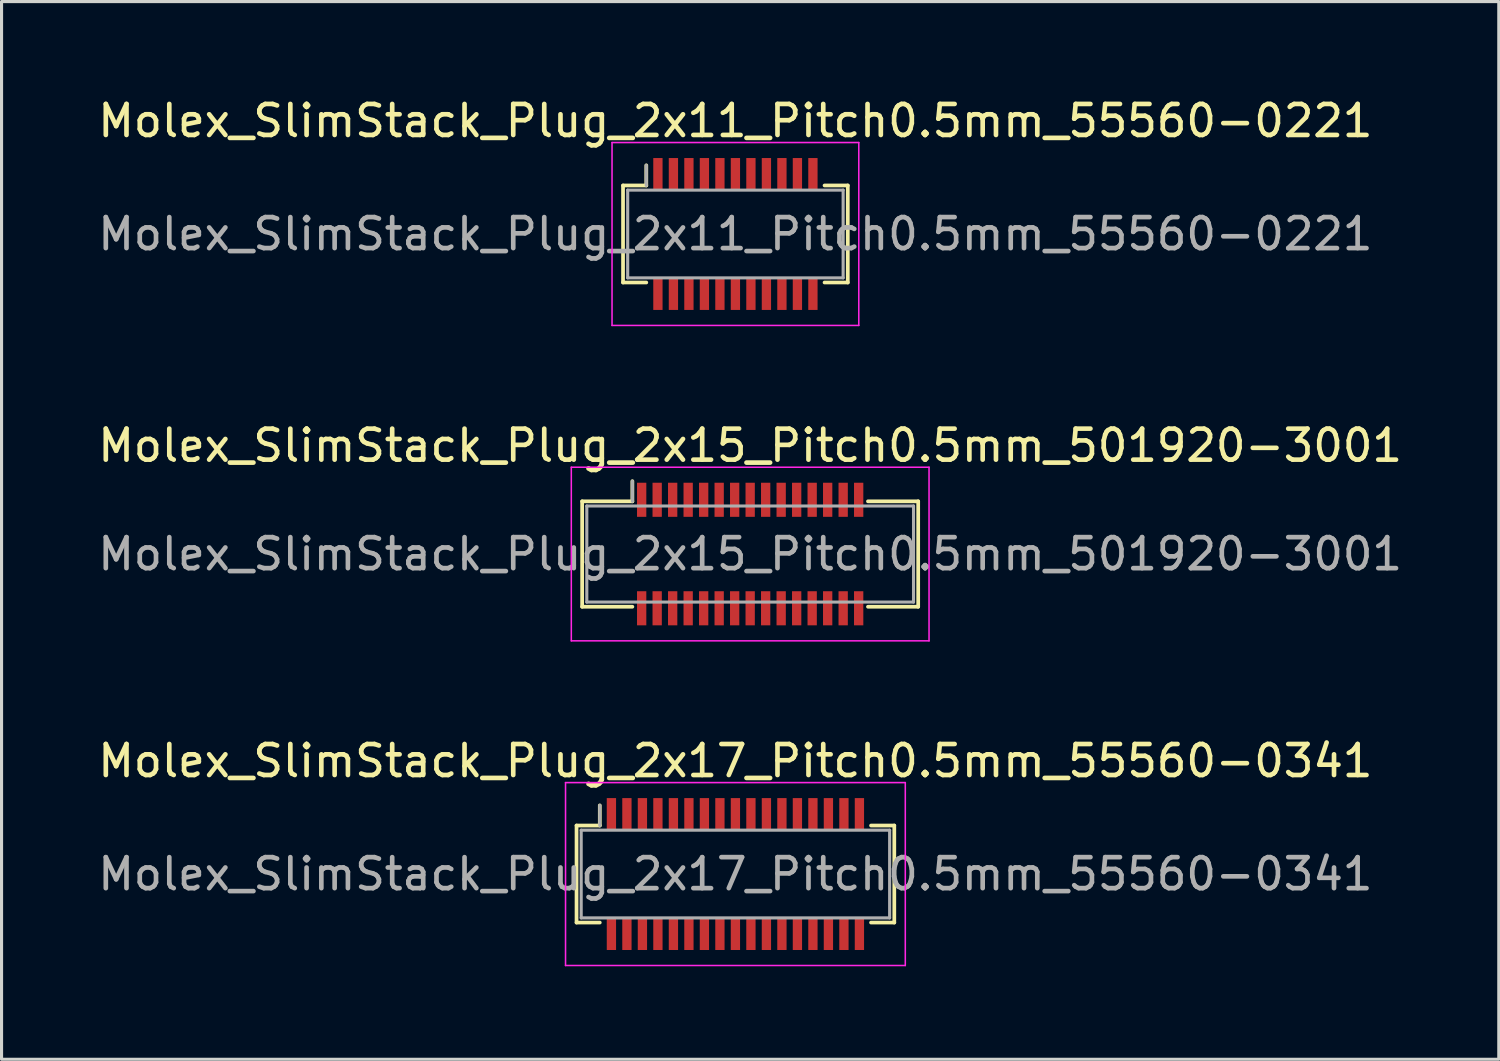
<source format=kicad_pcb>
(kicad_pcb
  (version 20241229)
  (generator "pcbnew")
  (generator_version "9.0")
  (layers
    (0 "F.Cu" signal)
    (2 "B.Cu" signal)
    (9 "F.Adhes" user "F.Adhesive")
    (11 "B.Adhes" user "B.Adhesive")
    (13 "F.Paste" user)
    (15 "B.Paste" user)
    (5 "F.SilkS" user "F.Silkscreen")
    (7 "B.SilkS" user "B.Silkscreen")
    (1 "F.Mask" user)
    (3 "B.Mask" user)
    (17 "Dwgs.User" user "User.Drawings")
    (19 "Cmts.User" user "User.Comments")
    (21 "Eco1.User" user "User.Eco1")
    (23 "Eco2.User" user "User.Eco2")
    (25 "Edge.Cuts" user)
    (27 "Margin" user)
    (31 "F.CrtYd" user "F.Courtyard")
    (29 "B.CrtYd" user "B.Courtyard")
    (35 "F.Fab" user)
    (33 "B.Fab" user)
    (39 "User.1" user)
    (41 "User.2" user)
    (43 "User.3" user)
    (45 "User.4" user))
  (footprint "Molex_SlimStack_Plug_2x15_Pitch0.5mm_501920-3001"
    (layer "F.Cu")
    (at 21.149 14.822)
    (property "Reference" "Molex_SlimStack_Plug_2x15_Pitch0.5mm_501920-3001" (at 0 -3.5 0) (layer "F.SilkS") (effects (font (size 1 1) (thickness 0.15))))
    (attr smd)
    (fp_line (start -5.42 -1.7) (end -3.8 -1.7) (stroke (width 0.12) (type solid)) (layer "F.SilkS"))
    (fp_line (start -5.42 1.7) (end -5.42 -1.7) (stroke (width 0.12) (type solid)) (layer "F.SilkS"))
    (fp_line (start -3.8 -1.7) (end -3.8 -2.35) (stroke (width 0.12) (type solid)) (layer "F.SilkS"))
    (fp_line (start -3.8 1.7) (end -5.42 1.7) (stroke (width 0.12) (type solid)) (layer "F.SilkS"))
    (fp_line (start 3.8 1.7) (end 5.42 1.7) (stroke (width 0.12) (type solid)) (layer "F.SilkS"))
    (fp_line (start 5.42 -1.7) (end 3.8 -1.7) (stroke (width 0.12) (type solid)) (layer "F.SilkS"))
    (fp_line (start 5.42 1.7) (end 5.42 -1.7) (stroke (width 0.12) (type solid)) (layer "F.SilkS"))
    (fp_line (start -5.77 -2.8) (end -5.77 2.8) (stroke (width 0.05) (type solid)) (layer "F.CrtYd"))
    (fp_line (start -5.77 2.8) (end 5.77 2.8) (stroke (width 0.05) (type solid)) (layer "F.CrtYd"))
    (fp_line (start 5.77 -2.8) (end -5.77 -2.8) (stroke (width 0.05) (type solid)) (layer "F.CrtYd"))
    (fp_line (start 5.77 2.8) (end 5.77 -2.8) (stroke (width 0.05) (type solid)) (layer "F.CrtYd"))
    (fp_line (start -5.27 -1.55) (end -5.27 1.55) (stroke (width 0.1) (type solid)) (layer "F.Fab"))
    (fp_line (start -5.27 1.55) (end 5.27 1.55) (stroke (width 0.1) (type solid)) (layer "F.Fab"))
    (fp_line (start -3.8 -1.7) (end -3.8 -2.35) (stroke (width 0.1) (type solid)) (layer "F.Fab"))
    (fp_line (start 5.27 -1.55) (end -5.27 -1.55) (stroke (width 0.1) (type solid)) (layer "F.Fab"))
    (fp_line (start 5.27 1.55) (end 5.27 -1.55) (stroke (width 0.1) (type solid)) (layer "F.Fab"))
    (fp_text user "${REFERENCE}" (at 0 0 0) (layer "F.Fab") (effects (font (size 1 1) (thickness 0.15))))
    (pad "1" smd rect (at -3.5 -1.75) (size 0.3 1.1) (layers "F.Cu" "F.Mask" "F.Paste"))
    (pad "2" smd rect (at -3.5 1.75) (size 0.3 1.1) (layers "F.Cu" "F.Mask" "F.Paste"))
    (pad "3" smd rect (at -3 -1.75) (size 0.3 1.1) (layers "F.Cu" "F.Mask" "F.Paste"))
    (pad "4" smd rect (at -3 1.75) (size 0.3 1.1) (layers "F.Cu" "F.Mask" "F.Paste"))
    (pad "5" smd rect (at -2.5 -1.75) (size 0.3 1.1) (layers "F.Cu" "F.Mask" "F.Paste"))
    (pad "6" smd rect (at -2.5 1.75) (size 0.3 1.1) (layers "F.Cu" "F.Mask" "F.Paste"))
    (pad "7" smd rect (at -2 -1.75) (size 0.3 1.1) (layers "F.Cu" "F.Mask" "F.Paste"))
    (pad "8" smd rect (at -2 1.75) (size 0.3 1.1) (layers "F.Cu" "F.Mask" "F.Paste"))
    (pad "9" smd rect (at -1.5 -1.75) (size 0.3 1.1) (layers "F.Cu" "F.Mask" "F.Paste"))
    (pad "10" smd rect (at -1.5 1.75) (size 0.3 1.1) (layers "F.Cu" "F.Mask" "F.Paste"))
    (pad "11" smd rect (at -1 -1.75) (size 0.3 1.1) (layers "F.Cu" "F.Mask" "F.Paste"))
    (pad "12" smd rect (at -1 1.75) (size 0.3 1.1) (layers "F.Cu" "F.Mask" "F.Paste"))
    (pad "13" smd rect (at -0.5 -1.75) (size 0.3 1.1) (layers "F.Cu" "F.Mask" "F.Paste"))
    (pad "14" smd rect (at -0.5 1.75) (size 0.3 1.1) (layers "F.Cu" "F.Mask" "F.Paste"))
    (pad "15" smd rect (at 0 -1.75) (size 0.3 1.1) (layers "F.Cu" "F.Mask" "F.Paste"))
    (pad "16" smd rect (at 0 1.75) (size 0.3 1.1) (layers "F.Cu" "F.Mask" "F.Paste"))
    (pad "17" smd rect (at 0.5 -1.75) (size 0.3 1.1) (layers "F.Cu" "F.Mask" "F.Paste"))
    (pad "18" smd rect (at 0.5 1.75) (size 0.3 1.1) (layers "F.Cu" "F.Mask" "F.Paste"))
    (pad "19" smd rect (at 1 -1.75) (size 0.3 1.1) (layers "F.Cu" "F.Mask" "F.Paste"))
    (pad "20" smd rect (at 1 1.75) (size 0.3 1.1) (layers "F.Cu" "F.Mask" "F.Paste"))
    (pad "21" smd rect (at 1.5 -1.75) (size 0.3 1.1) (layers "F.Cu" "F.Mask" "F.Paste"))
    (pad "22" smd rect (at 1.5 1.75) (size 0.3 1.1) (layers "F.Cu" "F.Mask" "F.Paste"))
    (pad "23" smd rect (at 2 -1.75) (size 0.3 1.1) (layers "F.Cu" "F.Mask" "F.Paste"))
    (pad "24" smd rect (at 2 1.75) (size 0.3 1.1) (layers "F.Cu" "F.Mask" "F.Paste"))
    (pad "25" smd rect (at 2.5 -1.75) (size 0.3 1.1) (layers "F.Cu" "F.Mask" "F.Paste"))
    (pad "26" smd rect (at 2.5 1.75) (size 0.3 1.1) (layers "F.Cu" "F.Mask" "F.Paste"))
    (pad "27" smd rect (at 3 -1.75) (size 0.3 1.1) (layers "F.Cu" "F.Mask" "F.Paste"))
    (pad "28" smd rect (at 3 1.75) (size 0.3 1.1) (layers "F.Cu" "F.Mask" "F.Paste"))
    (pad "29" smd rect (at 3.5 -1.75) (size 0.3 1.1) (layers "F.Cu" "F.Mask" "F.Paste"))
    (pad "30" smd rect (at 3.5 1.75) (size 0.3 1.1) (layers "F.Cu" "F.Mask" "F.Paste")))
  (footprint "Molex_SlimStack_Plug_2x11_Pitch0.5mm_55560-0221"
    (layer "F.Cu")
    (at 20.673 4.498)
    (property "Reference" "Molex_SlimStack_Plug_2x11_Pitch0.5mm_55560-0221" (at 0 -3.65 0) (layer "F.SilkS") (effects (font (size 1 1) (thickness 0.15))))
    (attr smd)
    (fp_line (start -3.625 -1.565) (end -2.875 -1.565) (stroke (width 0.12) (type solid)) (layer "F.SilkS"))
    (fp_line (start -3.625 1.565) (end -3.625 -1.565) (stroke (width 0.12) (type solid)) (layer "F.SilkS"))
    (fp_line (start -2.875 -1.565) (end -2.875 -2.215) (stroke (width 0.12) (type solid)) (layer "F.SilkS"))
    (fp_line (start -2.875 1.565) (end -3.625 1.565) (stroke (width 0.12) (type solid)) (layer "F.SilkS"))
    (fp_line (start 2.875 1.565) (end 3.625 1.565) (stroke (width 0.12) (type solid)) (layer "F.SilkS"))
    (fp_line (start 3.625 -1.565) (end 2.875 -1.565) (stroke (width 0.12) (type solid)) (layer "F.SilkS"))
    (fp_line (start 3.625 1.565) (end 3.625 -1.565) (stroke (width 0.12) (type solid)) (layer "F.SilkS"))
    (fp_line (start -3.98 -2.95) (end -3.98 2.95) (stroke (width 0.05) (type solid)) (layer "F.CrtYd"))
    (fp_line (start -3.98 2.95) (end 3.98 2.95) (stroke (width 0.05) (type solid)) (layer "F.CrtYd"))
    (fp_line (start 3.98 -2.95) (end -3.98 -2.95) (stroke (width 0.05) (type solid)) (layer "F.CrtYd"))
    (fp_line (start 3.98 2.95) (end 3.98 -2.95) (stroke (width 0.05) (type solid)) (layer "F.CrtYd"))
    (fp_line (start -3.475 -1.415) (end -3.475 1.415) (stroke (width 0.1) (type solid)) (layer "F.Fab"))
    (fp_line (start -3.475 1.415) (end 3.475 1.415) (stroke (width 0.1) (type solid)) (layer "F.Fab"))
    (fp_line (start -2.875 -1.565) (end -2.875 -2.215) (stroke (width 0.1) (type solid)) (layer "F.Fab"))
    (fp_line (start 3.475 -1.415) (end -3.475 -1.415) (stroke (width 0.1) (type solid)) (layer "F.Fab"))
    (fp_line (start 3.475 1.415) (end 3.475 -1.415) (stroke (width 0.1) (type solid)) (layer "F.Fab"))
    (fp_text user "${REFERENCE}" (at 0 0 0) (layer "F.Fab") (effects (font (size 1 1) (thickness 0.15))))
    (pad "1" smd rect (at -2.5 -1.95) (size 0.3 1) (layers "F.Cu" "F.Mask" "F.Paste"))
    (pad "2" smd rect (at -2.5 1.95) (size 0.3 1) (layers "F.Cu" "F.Mask" "F.Paste"))
    (pad "3" smd rect (at -2 -1.95) (size 0.3 1) (layers "F.Cu" "F.Mask" "F.Paste"))
    (pad "4" smd rect (at -2 1.95) (size 0.3 1) (layers "F.Cu" "F.Mask" "F.Paste"))
    (pad "5" smd rect (at -1.5 -1.95) (size 0.3 1) (layers "F.Cu" "F.Mask" "F.Paste"))
    (pad "6" smd rect (at -1.5 1.95) (size 0.3 1) (layers "F.Cu" "F.Mask" "F.Paste"))
    (pad "7" smd rect (at -1 -1.95) (size 0.3 1) (layers "F.Cu" "F.Mask" "F.Paste"))
    (pad "8" smd rect (at -1 1.95) (size 0.3 1) (layers "F.Cu" "F.Mask" "F.Paste"))
    (pad "9" smd rect (at -0.5 -1.95) (size 0.3 1) (layers "F.Cu" "F.Mask" "F.Paste"))
    (pad "10" smd rect (at -0.5 1.95) (size 0.3 1) (layers "F.Cu" "F.Mask" "F.Paste"))
    (pad "11" smd rect (at 0 -1.95) (size 0.3 1) (layers "F.Cu" "F.Mask" "F.Paste"))
    (pad "12" smd rect (at 0 1.95) (size 0.3 1) (layers "F.Cu" "F.Mask" "F.Paste"))
    (pad "13" smd rect (at 0.5 -1.95) (size 0.3 1) (layers "F.Cu" "F.Mask" "F.Paste"))
    (pad "14" smd rect (at 0.5 1.95) (size 0.3 1) (layers "F.Cu" "F.Mask" "F.Paste"))
    (pad "15" smd rect (at 1 -1.95) (size 0.3 1) (layers "F.Cu" "F.Mask" "F.Paste"))
    (pad "16" smd rect (at 1 1.95) (size 0.3 1) (layers "F.Cu" "F.Mask" "F.Paste"))
    (pad "17" smd rect (at 1.5 -1.95) (size 0.3 1) (layers "F.Cu" "F.Mask" "F.Paste"))
    (pad "18" smd rect (at 1.5 1.95) (size 0.3 1) (layers "F.Cu" "F.Mask" "F.Paste"))
    (pad "19" smd rect (at 2 -1.95) (size 0.3 1) (layers "F.Cu" "F.Mask" "F.Paste"))
    (pad "20" smd rect (at 2 1.95) (size 0.3 1) (layers "F.Cu" "F.Mask" "F.Paste"))
    (pad "21" smd rect (at 2.5 -1.95) (size 0.3 1) (layers "F.Cu" "F.Mask" "F.Paste"))
    (pad "22" smd rect (at 2.5 1.95) (size 0.3 1) (layers "F.Cu" "F.Mask" "F.Paste")))
  (footprint "Molex_SlimStack_Plug_2x17_Pitch0.5mm_55560-0341"
    (layer "F.Cu")
    (at 20.673 25.145)
    (property "Reference" "Molex_SlimStack_Plug_2x17_Pitch0.5mm_55560-0341" (at 0 -3.65 0) (layer "F.SilkS") (effects (font (size 1 1) (thickness 0.15))))
    (attr smd)
    (fp_line (start -5.125 -1.565) (end -4.375 -1.565) (stroke (width 0.12) (type solid)) (layer "F.SilkS"))
    (fp_line (start -5.125 1.565) (end -5.125 -1.565) (stroke (width 0.12) (type solid)) (layer "F.SilkS"))
    (fp_line (start -4.375 -1.565) (end -4.375 -2.215) (stroke (width 0.12) (type solid)) (layer "F.SilkS"))
    (fp_line (start -4.375 1.565) (end -5.125 1.565) (stroke (width 0.12) (type solid)) (layer "F.SilkS"))
    (fp_line (start 4.375 1.565) (end 5.125 1.565) (stroke (width 0.12) (type solid)) (layer "F.SilkS"))
    (fp_line (start 5.125 -1.565) (end 4.375 -1.565) (stroke (width 0.12) (type solid)) (layer "F.SilkS"))
    (fp_line (start 5.125 1.565) (end 5.125 -1.565) (stroke (width 0.12) (type solid)) (layer "F.SilkS"))
    (fp_line (start -5.48 -2.95) (end -5.48 2.95) (stroke (width 0.05) (type solid)) (layer "F.CrtYd"))
    (fp_line (start -5.48 2.95) (end 5.48 2.95) (stroke (width 0.05) (type solid)) (layer "F.CrtYd"))
    (fp_line (start 5.48 -2.95) (end -5.48 -2.95) (stroke (width 0.05) (type solid)) (layer "F.CrtYd"))
    (fp_line (start 5.48 2.95) (end 5.48 -2.95) (stroke (width 0.05) (type solid)) (layer "F.CrtYd"))
    (fp_line (start -4.975 -1.415) (end -4.975 1.415) (stroke (width 0.1) (type solid)) (layer "F.Fab"))
    (fp_line (start -4.975 1.415) (end 4.975 1.415) (stroke (width 0.1) (type solid)) (layer "F.Fab"))
    (fp_line (start -4.375 -1.565) (end -4.375 -2.215) (stroke (width 0.1) (type solid)) (layer "F.Fab"))
    (fp_line (start 4.975 -1.415) (end -4.975 -1.415) (stroke (width 0.1) (type solid)) (layer "F.Fab"))
    (fp_line (start 4.975 1.415) (end 4.975 -1.415) (stroke (width 0.1) (type solid)) (layer "F.Fab"))
    (fp_text user "${REFERENCE}" (at 0 0 0) (layer "F.Fab") (effects (font (size 1 1) (thickness 0.15))))
    (pad "1" smd rect (at -4 -1.95) (size 0.3 1) (layers "F.Cu" "F.Mask" "F.Paste"))
    (pad "2" smd rect (at -4 1.95) (size 0.3 1) (layers "F.Cu" "F.Mask" "F.Paste"))
    (pad "3" smd rect (at -3.5 -1.95) (size 0.3 1) (layers "F.Cu" "F.Mask" "F.Paste"))
    (pad "4" smd rect (at -3.5 1.95) (size 0.3 1) (layers "F.Cu" "F.Mask" "F.Paste"))
    (pad "5" smd rect (at -3 -1.95) (size 0.3 1) (layers "F.Cu" "F.Mask" "F.Paste"))
    (pad "6" smd rect (at -3 1.95) (size 0.3 1) (layers "F.Cu" "F.Mask" "F.Paste"))
    (pad "7" smd rect (at -2.5 -1.95) (size 0.3 1) (layers "F.Cu" "F.Mask" "F.Paste"))
    (pad "8" smd rect (at -2.5 1.95) (size 0.3 1) (layers "F.Cu" "F.Mask" "F.Paste"))
    (pad "9" smd rect (at -2 -1.95) (size 0.3 1) (layers "F.Cu" "F.Mask" "F.Paste"))
    (pad "10" smd rect (at -2 1.95) (size 0.3 1) (layers "F.Cu" "F.Mask" "F.Paste"))
    (pad "11" smd rect (at -1.5 -1.95) (size 0.3 1) (layers "F.Cu" "F.Mask" "F.Paste"))
    (pad "12" smd rect (at -1.5 1.95) (size 0.3 1) (layers "F.Cu" "F.Mask" "F.Paste"))
    (pad "13" smd rect (at -1 -1.95) (size 0.3 1) (layers "F.Cu" "F.Mask" "F.Paste"))
    (pad "14" smd rect (at -1 1.95) (size 0.3 1) (layers "F.Cu" "F.Mask" "F.Paste"))
    (pad "15" smd rect (at -0.5 -1.95) (size 0.3 1) (layers "F.Cu" "F.Mask" "F.Paste"))
    (pad "16" smd rect (at -0.5 1.95) (size 0.3 1) (layers "F.Cu" "F.Mask" "F.Paste"))
    (pad "17" smd rect (at 0 -1.95) (size 0.3 1) (layers "F.Cu" "F.Mask" "F.Paste"))
    (pad "18" smd rect (at 0 1.95) (size 0.3 1) (layers "F.Cu" "F.Mask" "F.Paste"))
    (pad "19" smd rect (at 0.5 -1.95) (size 0.3 1) (layers "F.Cu" "F.Mask" "F.Paste"))
    (pad "20" smd rect (at 0.5 1.95) (size 0.3 1) (layers "F.Cu" "F.Mask" "F.Paste"))
    (pad "21" smd rect (at 1 -1.95) (size 0.3 1) (layers "F.Cu" "F.Mask" "F.Paste"))
    (pad "22" smd rect (at 1 1.95) (size 0.3 1) (layers "F.Cu" "F.Mask" "F.Paste"))
    (pad "23" smd rect (at 1.5 -1.95) (size 0.3 1) (layers "F.Cu" "F.Mask" "F.Paste"))
    (pad "24" smd rect (at 1.5 1.95) (size 0.3 1) (layers "F.Cu" "F.Mask" "F.Paste"))
    (pad "25" smd rect (at 2 -1.95) (size 0.3 1) (layers "F.Cu" "F.Mask" "F.Paste"))
    (pad "26" smd rect (at 2 1.95) (size 0.3 1) (layers "F.Cu" "F.Mask" "F.Paste"))
    (pad "27" smd rect (at 2.5 -1.95) (size 0.3 1) (layers "F.Cu" "F.Mask" "F.Paste"))
    (pad "28" smd rect (at 2.5 1.95) (size 0.3 1) (layers "F.Cu" "F.Mask" "F.Paste"))
    (pad "29" smd rect (at 3 -1.95) (size 0.3 1) (layers "F.Cu" "F.Mask" "F.Paste"))
    (pad "30" smd rect (at 3 1.95) (size 0.3 1) (layers "F.Cu" "F.Mask" "F.Paste"))
    (pad "31" smd rect (at 3.5 -1.95) (size 0.3 1) (layers "F.Cu" "F.Mask" "F.Paste"))
    (pad "32" smd rect (at 3.5 1.95) (size 0.3 1) (layers "F.Cu" "F.Mask" "F.Paste"))
    (pad "33" smd rect (at 4 -1.95) (size 0.3 1) (layers "F.Cu" "F.Mask" "F.Paste"))
    (pad "34" smd rect (at 4 1.95) (size 0.3 1) (layers "F.Cu" "F.Mask" "F.Paste")))
  (gr_rect
    (start -3 -3)
    (end 45.298 31.12)
    (stroke (width 0.1) (type default))
    (fill no)
    (layer "Edge.Cuts")))
</source>
